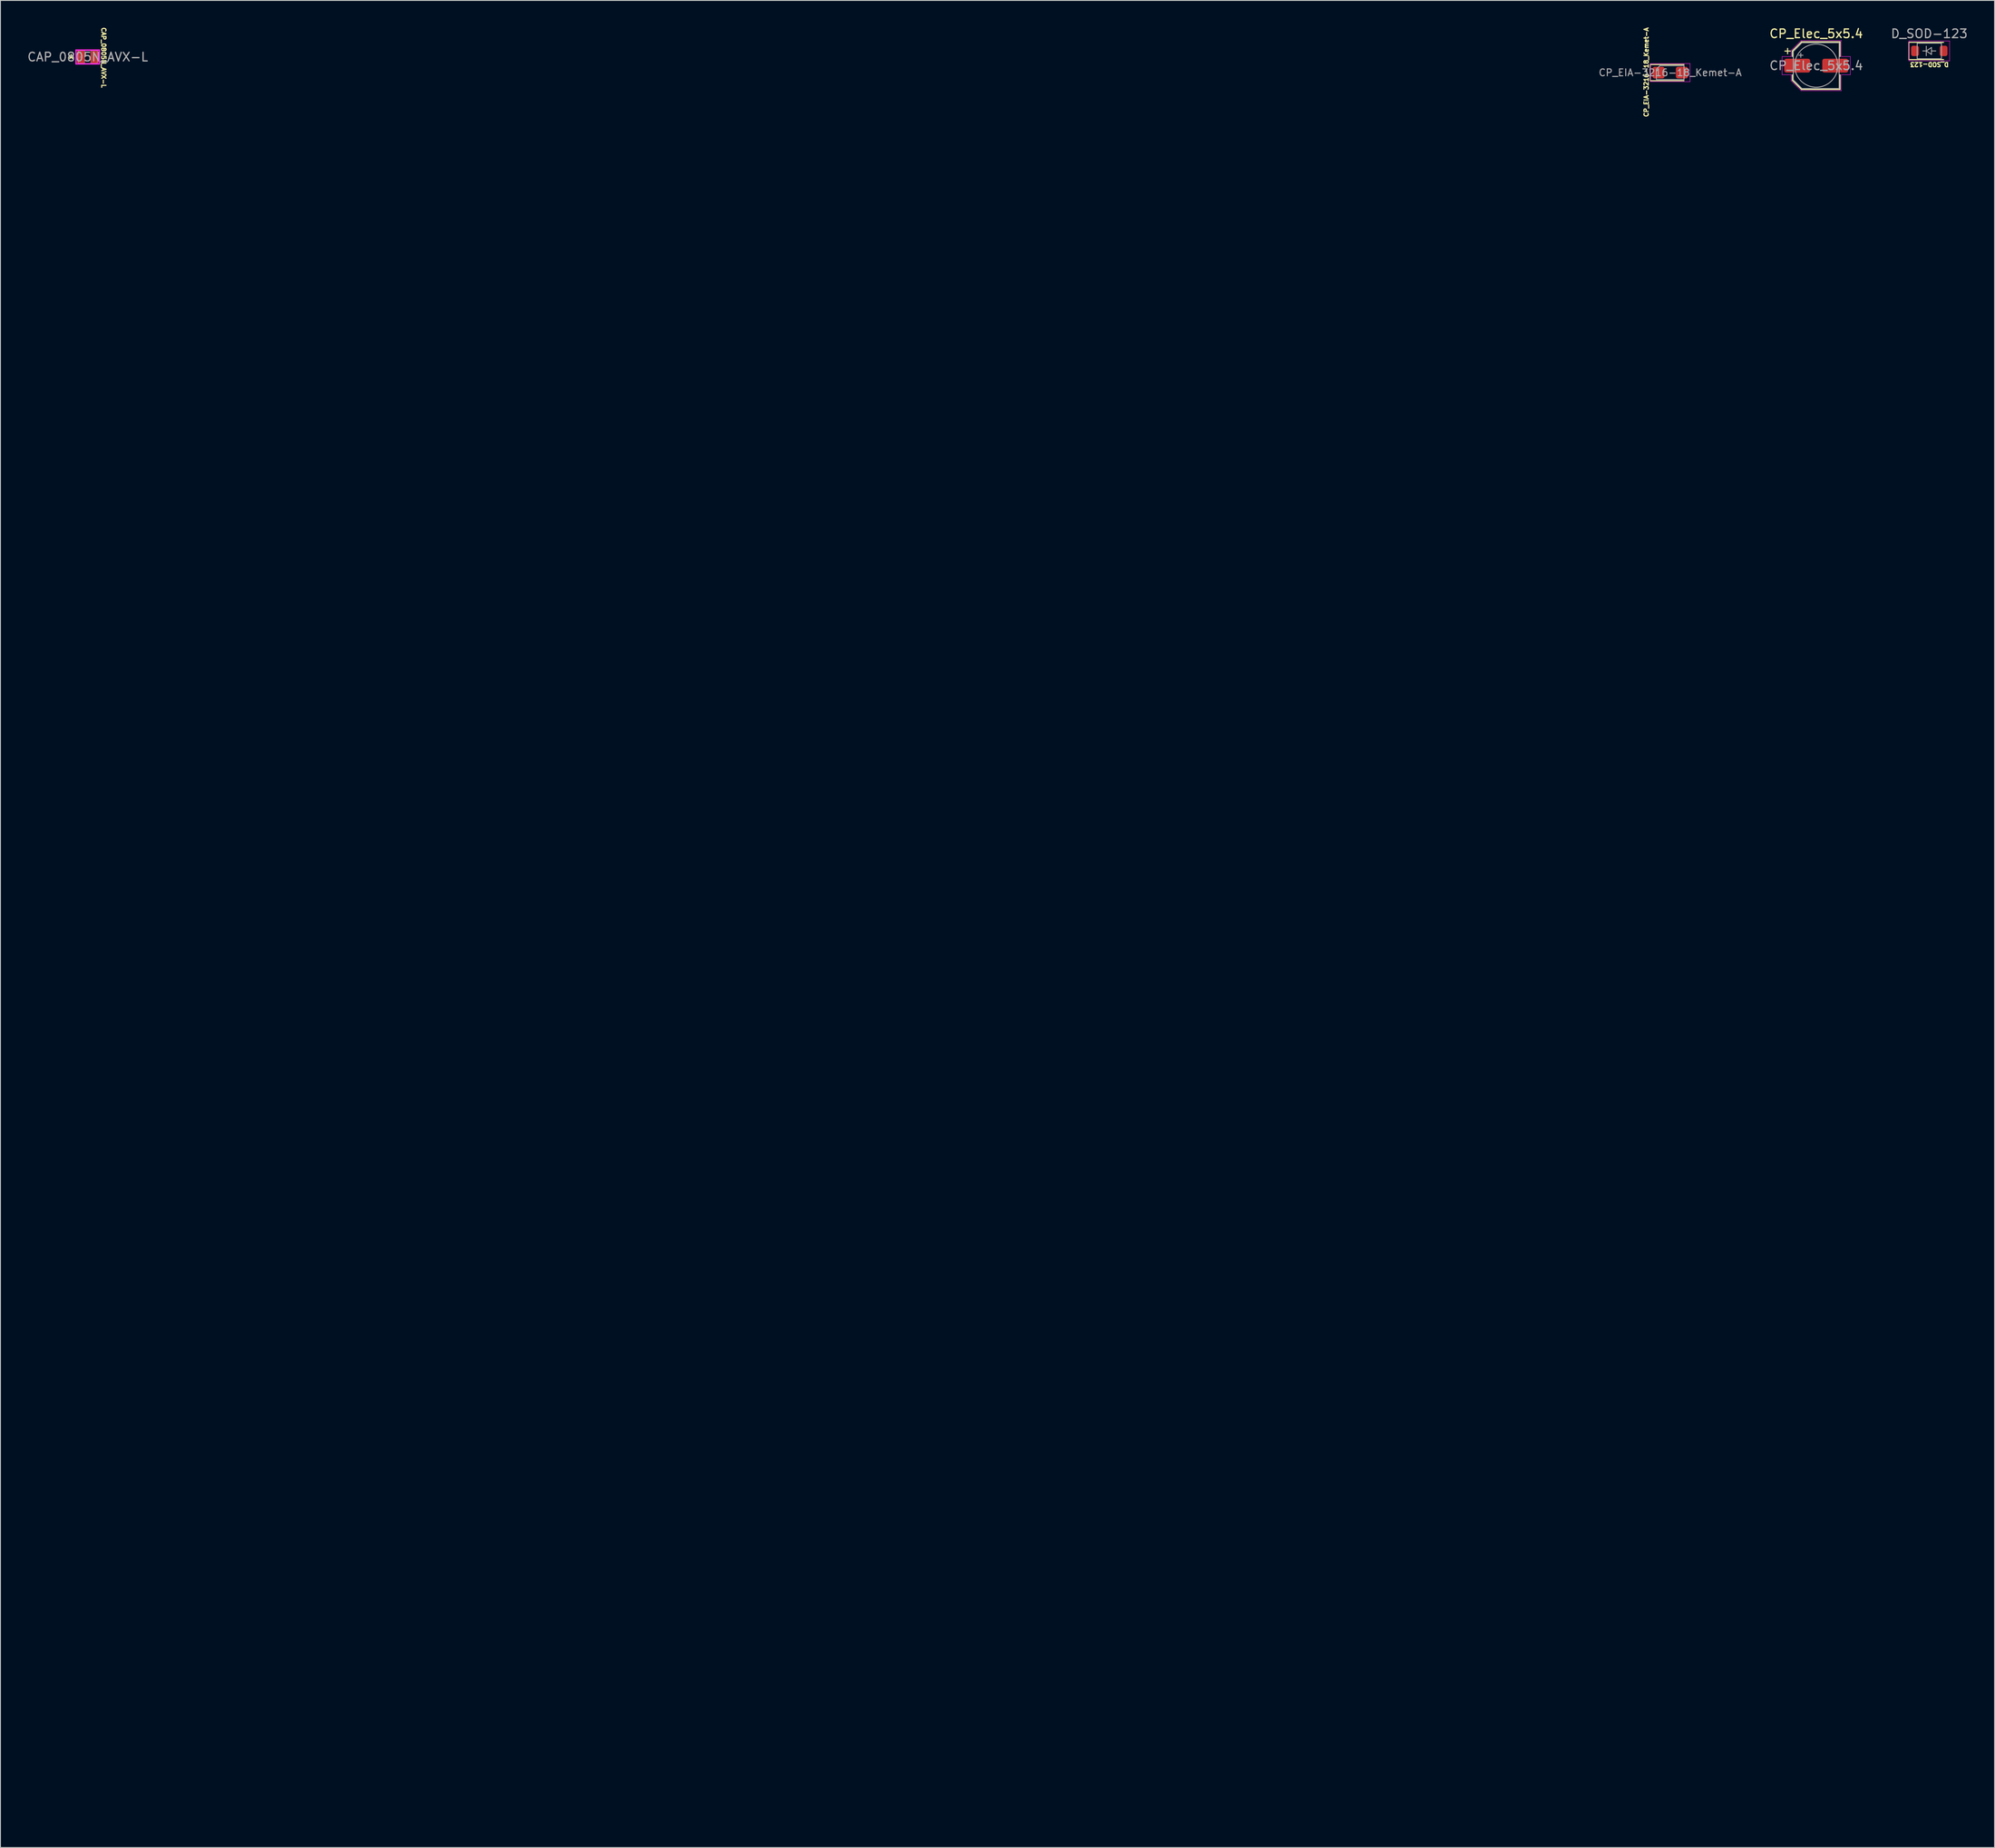
<source format=kicad_pcb>
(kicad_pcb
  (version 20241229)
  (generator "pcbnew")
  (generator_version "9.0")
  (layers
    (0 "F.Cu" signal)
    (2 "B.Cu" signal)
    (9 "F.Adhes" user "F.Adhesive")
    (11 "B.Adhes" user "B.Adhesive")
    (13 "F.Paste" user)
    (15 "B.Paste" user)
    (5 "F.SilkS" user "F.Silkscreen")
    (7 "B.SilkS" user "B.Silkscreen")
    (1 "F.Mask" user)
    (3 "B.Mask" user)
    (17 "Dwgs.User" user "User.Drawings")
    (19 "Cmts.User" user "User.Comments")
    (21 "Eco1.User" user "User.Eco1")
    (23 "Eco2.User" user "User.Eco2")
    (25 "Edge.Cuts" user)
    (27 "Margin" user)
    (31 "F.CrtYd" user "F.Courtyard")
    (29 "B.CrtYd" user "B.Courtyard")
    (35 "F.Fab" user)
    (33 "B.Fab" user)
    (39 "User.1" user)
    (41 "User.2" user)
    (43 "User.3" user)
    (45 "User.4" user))
  (footprint "CP_Elec_5x5.4"
    (layer "F.Cu")
    (at 207.1 4.548)
    (property "Reference" "CP_Elec_5x5.4" (at 0 -3.7 180) (layer "F.SilkS") (effects (font (size 1 1) (thickness 0.15))))
    (attr smd)
    (fp_line (start -3.625 -1.685) (end -3 -1.685) (stroke (width 0.12) (type solid)) (layer "F.SilkS"))
    (fp_line (start -3.312 -1.998) (end -3.312 -1.373) (stroke (width 0.12) (type solid)) (layer "F.SilkS"))
    (fp_line (start -2.76 -1.696) (end -2.76 -1.06) (stroke (width 0.12) (type solid)) (layer "F.SilkS"))
    (fp_line (start -2.76 -1.696) (end -1.696 -2.76) (stroke (width 0.12) (type solid)) (layer "F.SilkS"))
    (fp_line (start -2.76 1.696) (end -2.76 1.06) (stroke (width 0.12) (type solid)) (layer "F.SilkS"))
    (fp_line (start -2.76 1.696) (end -1.696 2.76) (stroke (width 0.12) (type solid)) (layer "F.SilkS"))
    (fp_line (start -1.696 -2.76) (end 2.76 -2.76) (stroke (width 0.12) (type solid)) (layer "F.SilkS"))
    (fp_line (start -1.696 2.76) (end 2.76 2.76) (stroke (width 0.12) (type solid)) (layer "F.SilkS"))
    (fp_line (start 2.76 -2.76) (end 2.76 -1.06) (stroke (width 0.12) (type solid)) (layer "F.SilkS"))
    (fp_line (start 2.76 2.76) (end 2.76 1.06) (stroke (width 0.12) (type solid)) (layer "F.SilkS"))
    (fp_line (start -3.95 -1.05) (end -3.95 1.05) (stroke (width 0.05) (type solid)) (layer "F.CrtYd"))
    (fp_line (start -3.95 1.05) (end -2.9 1.05) (stroke (width 0.05) (type solid)) (layer "F.CrtYd"))
    (fp_line (start -2.9 -1.75) (end -2.9 -1.05) (stroke (width 0.05) (type solid)) (layer "F.CrtYd"))
    (fp_line (start -2.9 -1.75) (end -1.75 -2.9) (stroke (width 0.05) (type solid)) (layer "F.CrtYd"))
    (fp_line (start -2.9 -1.05) (end -3.95 -1.05) (stroke (width 0.05) (type solid)) (layer "F.CrtYd"))
    (fp_line (start -2.9 1.05) (end -2.9 1.75) (stroke (width 0.05) (type solid)) (layer "F.CrtYd"))
    (fp_line (start -2.9 1.75) (end -1.75 2.9) (stroke (width 0.05) (type solid)) (layer "F.CrtYd"))
    (fp_line (start -1.75 -2.9) (end 2.9 -2.9) (stroke (width 0.05) (type solid)) (layer "F.CrtYd"))
    (fp_line (start -1.75 2.9) (end 2.9 2.9) (stroke (width 0.05) (type solid)) (layer "F.CrtYd"))
    (fp_line (start 2.9 -2.9) (end 2.9 -1.05) (stroke (width 0.05) (type solid)) (layer "F.CrtYd"))
    (fp_line (start 2.9 -1.05) (end 3.95 -1.05) (stroke (width 0.05) (type solid)) (layer "F.CrtYd"))
    (fp_line (start 2.9 1.05) (end 2.9 2.9) (stroke (width 0.05) (type solid)) (layer "F.CrtYd"))
    (fp_line (start 3.95 -1.05) (end 3.95 1.05) (stroke (width 0.05) (type solid)) (layer "F.CrtYd"))
    (fp_line (start 3.95 1.05) (end 2.9 1.05) (stroke (width 0.05) (type solid)) (layer "F.CrtYd"))
    (fp_line (start -2.65 -1.65) (end -2.65 1.65) (stroke (width 0.1) (type solid)) (layer "F.Fab"))
    (fp_line (start -2.65 -1.65) (end -1.65 -2.65) (stroke (width 0.1) (type solid)) (layer "F.Fab"))
    (fp_line (start -2.65 1.65) (end -1.65 2.65) (stroke (width 0.1) (type solid)) (layer "F.Fab"))
    (fp_line (start -2.034 -1.2) (end -1.534 -1.2) (stroke (width 0.1) (type solid)) (layer "F.Fab"))
    (fp_line (start -1.784 -1.45) (end -1.784 -0.95) (stroke (width 0.1) (type solid)) (layer "F.Fab"))
    (fp_line (start -1.65 -2.65) (end 2.65 -2.65) (stroke (width 0.1) (type solid)) (layer "F.Fab"))
    (fp_line (start -1.65 2.65) (end 2.65 2.65) (stroke (width 0.1) (type solid)) (layer "F.Fab"))
    (fp_line (start 2.65 -2.65) (end 2.65 2.65) (stroke (width 0.1) (type solid)) (layer "F.Fab"))
    (fp_circle (center 0 0) (end 2.5 0) (stroke (width 0.1) (type solid)) (fill no) (layer "F.Fab"))
    (fp_text user "${REFERENCE}" (at 0 0 180) (layer "F.Fab") (effects (font (size 1 1) (thickness 0.15))))
    (pad "1" smd roundrect (at -2.2 0) (size 3 1.6) (layers "F.Cu" "F.Mask" "F.Paste") (roundrect_rratio 0.156))
    (pad "2" smd roundrect (at 2.2 0) (size 3 1.6) (layers "F.Cu" "F.Mask" "F.Paste") (roundrect_rratio 0.156)))
  (footprint "CP_EIA-3216-18_Kemet-A"
    (layer "F.Cu")
    (at 190.203 5.357)
    (property "Reference" "CP_EIA-3216-18_Kemet-A" (at -2.765 -0.053 90) (layer "F.SilkS") (effects (font (size 0.5 0.5) (thickness 0.125))))
    (attr smd)
    (fp_line (start -2.31 -0.935) (end -2.31 0.935) (stroke (width 0.12) (type solid)) (layer "F.SilkS"))
    (fp_line (start -2.31 0.935) (end 1.6 0.935) (stroke (width 0.12) (type solid)) (layer "F.SilkS"))
    (fp_line (start 1.6 -0.935) (end -2.31 -0.935) (stroke (width 0.12) (type solid)) (layer "F.SilkS"))
    (fp_line (start -2.3 -1.05) (end 2.3 -1.05) (stroke (width 0.05) (type solid)) (layer "F.CrtYd"))
    (fp_line (start -2.3 1.05) (end -2.3 -1.05) (stroke (width 0.05) (type solid)) (layer "F.CrtYd"))
    (fp_line (start 2.3 -1.05) (end 2.3 1.05) (stroke (width 0.05) (type solid)) (layer "F.CrtYd"))
    (fp_line (start 2.3 1.05) (end -2.3 1.05) (stroke (width 0.05) (type solid)) (layer "F.CrtYd"))
    (fp_line (start -1.6 -0.4) (end -1.6 0.8) (stroke (width 0.1) (type solid)) (layer "F.Fab"))
    (fp_line (start -1.6 0.8) (end 1.6 0.8) (stroke (width 0.1) (type solid)) (layer "F.Fab"))
    (fp_line (start -1.2 -0.8) (end -1.6 -0.4) (stroke (width 0.1) (type solid)) (layer "F.Fab"))
    (fp_line (start 1.6 -0.8) (end -1.2 -0.8) (stroke (width 0.1) (type solid)) (layer "F.Fab"))
    (fp_line (start 1.6 0.8) (end 1.6 -0.8) (stroke (width 0.1) (type solid)) (layer "F.Fab"))
    (fp_text user "${REFERENCE}" (at 0 0 0) (layer "F.Fab") (effects (font (size 0.8 0.8) (thickness 0.12))))
    (pad "1" smd roundrect (at -1.35 0) (size 1.4 1.35) (layers "F.Cu" "F.Mask" "F.Paste") (roundrect_rratio 0.185))
    (pad "2" smd roundrect (at 1.35 0) (size 1.4 1.35) (layers "F.Cu" "F.Mask" "F.Paste") (roundrect_rratio 0.185)))
  (footprint "D_SOD-123"
    (layer "F.Cu")
    (at 220.183 2.848)
    (property "Reference" "D_SOD-123" (at 0.014 1.557 180) (unlocked yes) (layer "F.SilkS") (effects (font (size 0.5 0.5) (thickness 0.125))))
    (attr smd)
    (fp_line (start -2.36 -1) (end -2.36 1) (stroke (width 0.12) (type solid)) (layer "F.SilkS"))
    (fp_line (start -2.36 -1) (end 1.65 -1) (stroke (width 0.12) (type solid)) (layer "F.SilkS"))
    (fp_line (start -2.36 1) (end 1.65 1) (stroke (width 0.12) (type solid)) (layer "F.SilkS"))
    (fp_line (start -2.35 -1.15) (end -2.35 1.15) (stroke (width 0.05) (type solid)) (layer "F.CrtYd"))
    (fp_line (start -2.35 -1.15) (end 2.35 -1.15) (stroke (width 0.05) (type solid)) (layer "F.CrtYd"))
    (fp_line (start 2.35 -1.15) (end 2.35 1.15) (stroke (width 0.05) (type solid)) (layer "F.CrtYd"))
    (fp_line (start 2.35 1.15) (end -2.35 1.15) (stroke (width 0.05) (type solid)) (layer "F.CrtYd"))
    (fp_line (start -1.4 -0.9) (end 1.4 -0.9) (stroke (width 0.1) (type solid)) (layer "F.Fab"))
    (fp_line (start -1.4 0.9) (end -1.4 -0.9) (stroke (width 0.1) (type solid)) (layer "F.Fab"))
    (fp_line (start -0.75 0) (end -0.35 0) (stroke (width 0.1) (type solid)) (layer "F.Fab"))
    (fp_line (start -0.35 0) (end -0.35 -0.55) (stroke (width 0.1) (type solid)) (layer "F.Fab"))
    (fp_line (start -0.35 0) (end -0.35 0.55) (stroke (width 0.1) (type solid)) (layer "F.Fab"))
    (fp_line (start -0.35 0) (end 0.25 -0.4) (stroke (width 0.1) (type solid)) (layer "F.Fab"))
    (fp_line (start 0.25 -0.4) (end 0.25 0.4) (stroke (width 0.1) (type solid)) (layer "F.Fab"))
    (fp_line (start 0.25 0) (end 0.75 0) (stroke (width 0.1) (type solid)) (layer "F.Fab"))
    (fp_line (start 0.25 0.4) (end -0.35 0) (stroke (width 0.1) (type solid)) (layer "F.Fab"))
    (fp_line (start 1.4 -0.9) (end 1.4 0.9) (stroke (width 0.1) (type solid)) (layer "F.Fab"))
    (fp_line (start 1.4 0.9) (end -1.4 0.9) (stroke (width 0.1) (type solid)) (layer "F.Fab"))
    (fp_text user "${REFERENCE}" (at 0 -2 180) (layer "F.Fab") (effects (font (size 1 1) (thickness 0.15))))
    (pad "1" smd roundrect (at -1.65 0) (size 0.9 1.2) (layers "F.Cu" "F.Mask" "F.Paste") (roundrect_rratio 0.25))
    (pad "2" smd roundrect (at 1.65 0) (size 0.9 1.2) (layers "F.Cu" "F.Mask" "F.Paste") (roundrect_rratio 0.25)))
  (footprint "CAP_0805N_AVX-L"
    (layer "F.Cu")
    (at 7.101 3.546)
    (property "Reference" "CAP_0805N_AVX-L" (at 1.84 0.08 270) (unlocked yes) (layer "F.SilkS") (effects (font (size 0.5 0.5) (thickness 0.125))))
    (attr smd)
    (fp_line (start -1.359 -0.8) (end 1.359 -0.8) (stroke (width 0.152) (type solid)) (layer "F.CrtYd"))
    (fp_line (start -1.359 0.8) (end -1.359 -0.8) (stroke (width 0.152) (type solid)) (layer "F.CrtYd"))
    (fp_line (start 1.359 -0.8) (end 1.359 0.8) (stroke (width 0.152) (type solid)) (layer "F.CrtYd"))
    (fp_line (start 1.359 0.8) (end -1.359 0.8) (stroke (width 0.152) (type solid)) (layer "F.CrtYd"))
    (fp_line (start -1.105 -0.724) (end -1.105 0.724) (stroke (width 0.025) (type solid)) (layer "F.Fab"))
    (fp_line (start -1.105 -0.724) (end -1.105 0.724) (stroke (width 0.025) (type solid)) (layer "F.Fab"))
    (fp_line (start -1.105 0.724) (end -0.343 0.724) (stroke (width 0.025) (type solid)) (layer "F.Fab"))
    (fp_line (start -1.105 0.724) (end 1.105 0.724) (stroke (width 0.025) (type solid)) (layer "F.Fab"))
    (fp_line (start -0.343 -0.724) (end -1.105 -0.724) (stroke (width 0.025) (type solid)) (layer "F.Fab"))
    (fp_line (start -0.343 0.724) (end -0.343 -0.724) (stroke (width 0.025) (type solid)) (layer "F.Fab"))
    (fp_line (start 0.343 -0.724) (end 0.343 0.724) (stroke (width 0.025) (type solid)) (layer "F.Fab"))
    (fp_line (start 0.343 0.724) (end 1.105 0.724) (stroke (width 0.025) (type solid)) (layer "F.Fab"))
    (fp_line (start 1.105 -0.724) (end -1.105 -0.724) (stroke (width 0.025) (type solid)) (layer "F.Fab"))
    (fp_line (start 1.105 -0.724) (end 0.343 -0.724) (stroke (width 0.025) (type solid)) (layer "F.Fab"))
    (fp_line (start 1.105 0.724) (end 1.105 -0.724) (stroke (width 0.025) (type solid)) (layer "F.Fab"))
    (fp_line (start 1.105 0.724) (end 1.105 -0.724) (stroke (width 0.025) (type solid)) (layer "F.Fab"))
    (fp_circle (center -0.851 0) (end -0.775 0) (stroke (width 0.025) (type solid)) (fill no) (layer "F.Fab"))
    (fp_text user "*" (at -1.92 0.27 0) (unlocked yes) (layer "F.SilkS") (effects (font (size 1 1) (thickness 0.15))))
    (fp_text user "${REFERENCE}" (at 0 0 0) (unlocked yes) (layer "F.Fab") (effects (font (size 1 1) (thickness 0.15))))
    (pad "1" smd rect (at -0.8 0) (size 0.914 1.397) (layers "F.Cu" "F.Mask" "F.Paste"))
    (pad "2" smd rect (at 0.8 0) (size 0.914 1.397) (layers "F.Cu" "F.Mask" "F.Paste"))
    (zone (net_name "") (layer "F.Cu") (hatch full 0.508) (connect_pads) (min_thickness 0.254) (filled_areas_thickness no) (keepout (tracks not_allowed) (vias not_allowed) (pads allowed) (copperpour not_allowed) (footprints allowed)) (placement (enabled no)) (fill) (polygon (pts (xy 178.252 206.463) (xy 178.837 206.463) (xy 178.837 207.809) (xy 178.252 207.809)))))
  (gr_rect
    (start -3 -3)
    (end 227.737 210.809)
    (stroke (width 0.1) (type default))
    (fill no)
    (layer "Edge.Cuts")))
</source>
